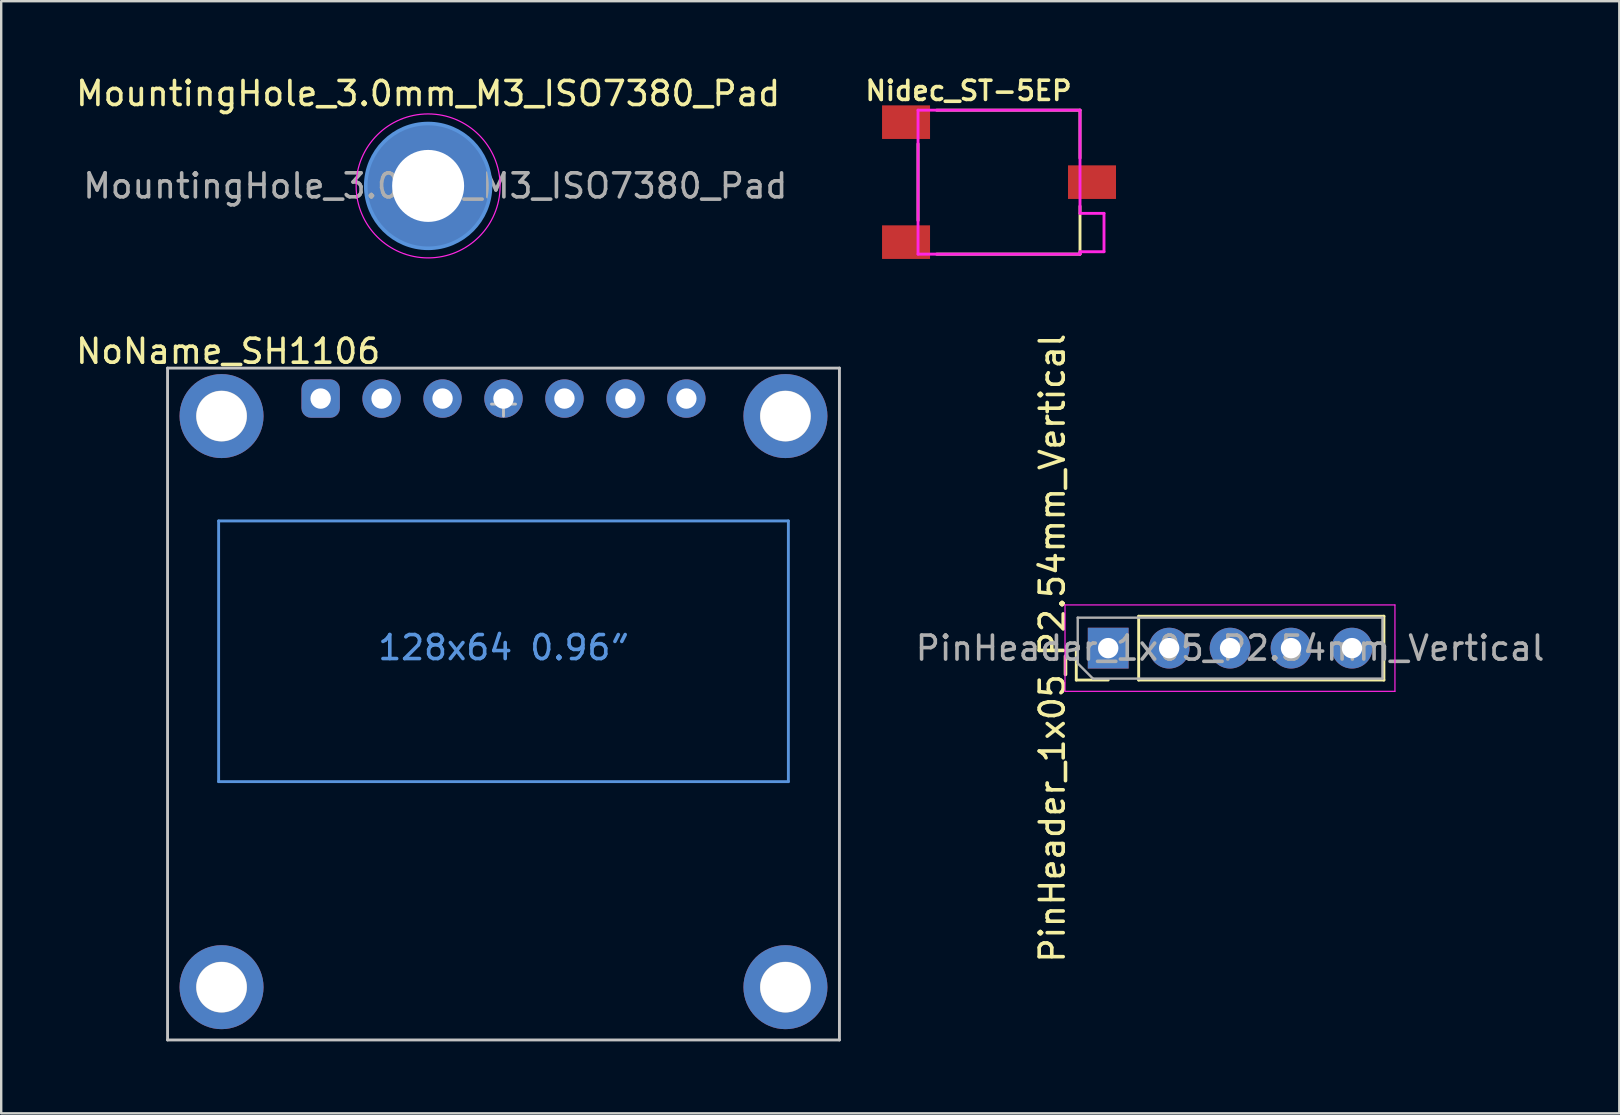
<source format=kicad_pcb>
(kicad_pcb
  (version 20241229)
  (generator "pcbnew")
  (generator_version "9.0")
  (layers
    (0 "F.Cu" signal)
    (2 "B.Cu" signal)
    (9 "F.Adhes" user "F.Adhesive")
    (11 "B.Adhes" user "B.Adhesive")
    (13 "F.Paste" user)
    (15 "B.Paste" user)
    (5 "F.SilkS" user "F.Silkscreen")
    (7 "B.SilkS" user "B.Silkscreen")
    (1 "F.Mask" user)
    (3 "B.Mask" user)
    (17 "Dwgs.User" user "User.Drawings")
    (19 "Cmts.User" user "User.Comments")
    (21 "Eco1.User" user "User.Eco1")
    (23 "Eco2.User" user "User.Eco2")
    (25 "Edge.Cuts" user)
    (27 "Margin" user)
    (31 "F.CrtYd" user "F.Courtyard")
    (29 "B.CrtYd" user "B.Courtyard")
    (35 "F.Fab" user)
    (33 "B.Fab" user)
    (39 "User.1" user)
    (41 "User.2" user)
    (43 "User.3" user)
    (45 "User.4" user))
  (footprint "PinHeader_1x05_P2.54mm_Vertical"
    (layer "F.Cu")
    (at 48.214 23.961)
    (property "Reference" "PinHeader_1x05_P2.54mm_Vertical" (at -7.41 0 90) (layer "F.SilkS") (effects (font (size 1 1) (thickness 0.15))))
    (attr through_hole)
    (fp_line (start -6.41 1.33) (end -6.41 0) (stroke (width 0.12) (type solid)) (layer "F.SilkS"))
    (fp_line (start -5.08 1.33) (end -6.41 1.33) (stroke (width 0.12) (type solid)) (layer "F.SilkS"))
    (fp_line (start -3.81 -1.33) (end 6.41 -1.33) (stroke (width 0.12) (type solid)) (layer "F.SilkS"))
    (fp_line (start -3.81 1.33) (end -3.81 -1.33) (stroke (width 0.12) (type solid)) (layer "F.SilkS"))
    (fp_line (start -3.81 1.33) (end 6.41 1.33) (stroke (width 0.12) (type solid)) (layer "F.SilkS"))
    (fp_line (start 6.41 1.33) (end 6.41 -1.33) (stroke (width 0.12) (type solid)) (layer "F.SilkS"))
    (fp_line (start -6.88 -1.8) (end -6.88 1.8) (stroke (width 0.05) (type solid)) (layer "F.CrtYd"))
    (fp_line (start -6.88 1.8) (end 6.87 1.8) (stroke (width 0.05) (type solid)) (layer "F.CrtYd"))
    (fp_line (start 6.87 -1.8) (end -6.88 -1.8) (stroke (width 0.05) (type solid)) (layer "F.CrtYd"))
    (fp_line (start 6.87 1.8) (end 6.87 -1.8) (stroke (width 0.05) (type solid)) (layer "F.CrtYd"))
    (fp_line (start -6.35 -1.27) (end 6.35 -1.27) (stroke (width 0.1) (type solid)) (layer "F.Fab"))
    (fp_line (start -6.35 0.635) (end -6.35 -1.27) (stroke (width 0.1) (type solid)) (layer "F.Fab"))
    (fp_line (start -5.715 1.27) (end -6.35 0.635) (stroke (width 0.1) (type solid)) (layer "F.Fab"))
    (fp_line (start 6.35 -1.27) (end 6.35 1.27) (stroke (width 0.1) (type solid)) (layer "F.Fab"))
    (fp_line (start 6.35 1.27) (end -5.715 1.27) (stroke (width 0.1) (type solid)) (layer "F.Fab"))
    (fp_text user "${REFERENCE}" (at 0 0 180) (layer "F.Fab") (effects (font (size 1 1) (thickness 0.15))))
    (pad "1" thru_hole rect (at -5.08 0 90) (size 1.7 1.7) (drill 0.85) (layers "*.Cu" "*.Mask"))
    (pad "2" thru_hole oval (at -2.54 0 90) (size 1.7 1.7) (drill 0.85) (layers "*.Cu" "*.Mask"))
    (pad "3" thru_hole oval (at 0 0 90) (size 1.7 1.7) (drill 0.85) (layers "*.Cu" "*.Mask"))
    (pad "4" thru_hole oval (at 2.54 0 90) (size 1.7 1.7) (drill 0.85) (layers "*.Cu" "*.Mask"))
    (pad "5" thru_hole oval (at 5.08 0 90) (size 1.7 1.7) (drill 0.85) (layers "*.Cu" "*.Mask")))
  (footprint "NoName_SH1106"
    (layer "F.Cu")
    (at 17.933 12.29)
    (property "Reference" "NoName_SH1106" (at -11.475 -0.7 0) (layer "F.SilkS") (effects (font (size 1 1) (thickness 0.15))))
    (attr through_hole)
    (fp_line (start -14 0) (end 14 0) (stroke (width 0.12) (type solid)) (layer "Dwgs.User"))
    (fp_line (start -14 28) (end -14 0) (stroke (width 0.12) (type solid)) (layer "Dwgs.User"))
    (fp_line (start -14 28) (end 14 28) (stroke (width 0.12) (type solid)) (layer "Dwgs.User"))
    (fp_line (start 0 1.5) (end -0.5 1.5) (stroke (width 0.12) (type solid)) (layer "Dwgs.User"))
    (fp_line (start 0 1.5) (end 0 1.1) (stroke (width 0.12) (type solid)) (layer "Dwgs.User"))
    (fp_line (start 0 1.5) (end 0.5 1.5) (stroke (width 0.12) (type solid)) (layer "Dwgs.User"))
    (fp_line (start 0 2) (end 0 1.5) (stroke (width 0.12) (type solid)) (layer "Dwgs.User"))
    (fp_line (start 14 0) (end 14 28) (stroke (width 0.12) (type solid)) (layer "Dwgs.User"))
    (fp_circle (center -11.75 2) (end -11.7 2) (stroke (width 0.12) (type solid)) (fill no) (layer "Dwgs.User"))
    (fp_circle (center -11.75 2) (end -10.75 2) (stroke (width 0.12) (type solid)) (fill no) (layer "Dwgs.User"))
    (fp_circle (center -11.75 25.8) (end -11.7 25.8) (stroke (width 0.12) (type solid)) (fill no) (layer "Dwgs.User"))
    (fp_circle (center -11.75 25.8) (end -10.75 25.8) (stroke (width 0.12) (type solid)) (fill no) (layer "Dwgs.User"))
    (fp_circle (center 11.75 2) (end 11.8 2) (stroke (width 0.12) (type solid)) (fill no) (layer "Dwgs.User"))
    (fp_circle (center 11.75 2) (end 12.75 2) (stroke (width 0.12) (type solid)) (fill no) (layer "Dwgs.User"))
    (fp_circle (center 11.75 25.8) (end 11.8 25.8) (stroke (width 0.12) (type solid)) (fill no) (layer "Dwgs.User"))
    (fp_circle (center 11.75 25.8) (end 12.75 25.8) (stroke (width 0.12) (type solid)) (fill no) (layer "Dwgs.User"))
    (fp_line (start -11.872 6.37) (end -11.872 17.234) (stroke (width 0.12) (type solid)) (layer "Cmts.User"))
    (fp_line (start -11.872 6.37) (end 11.872 6.37) (stroke (width 0.12) (type solid)) (layer "Cmts.User"))
    (fp_line (start -11.872 17.234) (end 11.872 17.234) (stroke (width 0.12) (type solid)) (layer "Cmts.User"))
    (fp_line (start 11.872 6.37) (end 11.872 17.234) (stroke (width 0.12) (type solid)) (layer "Cmts.User"))
    (fp_text user "128x64 0.96″" (at 0 11.65 0) (layer "Cmts.User") (effects (font (size 1 1) (thickness 0.15))))
    (pad "1" thru_hole roundrect (at -7.62 1.27) (size 1.6 1.6) (drill 0.85) (layers "*.Cu" "*.Mask") (roundrect_rratio 0.25))
    (pad "2" thru_hole circle (at -5.08 1.27) (size 1.6 1.6) (drill 0.85) (layers "*.Cu" "*.Mask"))
    (pad "3" thru_hole circle (at -2.54 1.27) (size 1.6 1.6) (drill 0.85) (layers "*.Cu" "*.Mask"))
    (pad "4" thru_hole circle (at 0 1.27) (size 1.6 1.6) (drill 0.85) (layers "*.Cu" "*.Mask"))
    (pad "5" thru_hole circle (at 2.54 1.27) (size 1.6 1.6) (drill 0.85) (layers "*.Cu" "*.Mask"))
    (pad "6" thru_hole circle (at 5.08 1.27) (size 1.6 1.6) (drill 0.85) (layers "*.Cu" "*.Mask"))
    (pad "7" thru_hole circle (at 7.62 1.27) (size 1.6 1.6) (drill 0.85) (layers "*.Cu" "*.Mask"))
    (pad "MP" thru_hole circle (at -11.75 2) (size 3.5 3.5) (drill 2.1) (layers "*.Cu" "*.Mask"))
    (pad "MP" thru_hole circle (at -11.75 25.8) (size 3.5 3.5) (drill 2.1) (layers "*.Cu" "*.Mask"))
    (pad "MP" thru_hole circle (at 11.75 2) (size 3.5 3.5) (drill 2.1) (layers "*.Cu" "*.Mask"))
    (pad "MP" thru_hole circle (at 11.75 25.8) (size 3.5 3.5) (drill 2.1) (layers "*.Cu" "*.Mask")))
  (footprint "Nidec_ST-5EP"
    (layer "F.Cu")
    (at 38.584 4.541)
    (property "Reference" "Nidec_ST-5EP" (at -1.27 -3.81 0) (layer "F.SilkS") (effects (font (size 0.8 0.8) (thickness 0.15))))
    (attr through_hole)
    (fp_line (start -3.375 -1.6) (end -3.375 1.6) (stroke (width 0.12) (type solid)) (layer "F.SilkS"))
    (fp_line (start 3.375 -3) (end -2.6 -3) (stroke (width 0.12) (type solid)) (layer "F.SilkS"))
    (fp_line (start 3.375 -3) (end 3.375 -1) (stroke (width 0.12) (type solid)) (layer "F.SilkS"))
    (fp_line (start 3.375 3) (end -2.6 3) (stroke (width 0.12) (type solid)) (layer "F.SilkS"))
    (fp_line (start 3.375 3) (end 3.375 1) (stroke (width 0.12) (type solid)) (layer "F.SilkS"))
    (fp_line (start -3.375 -3) (end -3.375 3) (stroke (width 0.12) (type solid)) (layer "F.CrtYd"))
    (fp_line (start -3.375 -3) (end 3.375 -3) (stroke (width 0.12) (type solid)) (layer "F.CrtYd"))
    (fp_line (start -3.375 3) (end 3.375 3) (stroke (width 0.12) (type solid)) (layer "F.CrtYd"))
    (fp_line (start 3.375 1.3) (end 3.375 -3) (stroke (width 0.12) (type solid)) (layer "F.CrtYd"))
    (fp_line (start 3.375 1.3) (end 4.375 1.3) (stroke (width 0.12) (type solid)) (layer "F.CrtYd"))
    (fp_line (start 3.375 2.9) (end 4.375 2.9) (stroke (width 0.12) (type solid)) (layer "F.CrtYd"))
    (fp_line (start 3.375 3) (end 3.375 2.9) (stroke (width 0.12) (type solid)) (layer "F.CrtYd"))
    (fp_line (start 4.375 2.9) (end 4.375 1.3) (stroke (width 0.12) (type solid)) (layer "F.CrtYd"))
    (pad "1" smd rect (at -3.875 2.5) (size 2 1.4) (layers "F.Cu" "F.Mask" "F.Paste"))
    (pad "2" smd rect (at 3.875 0) (size 2 1.4) (layers "F.Cu" "F.Mask" "F.Paste"))
    (pad "3" smd rect (at -3.875 -2.5) (size 2 1.4) (layers "F.Cu" "F.Mask" "F.Paste")))
  (footprint "MountingHole_3.0mm_M3_ISO7380_Pad"
    (layer "F.Cu")
    (at 14.792 4.698)
    (property "Reference" "MountingHole_3.0mm_M3_ISO7380_Pad" (at 0 -3.85 0) (layer "F.SilkS") (effects (font (size 1 1) (thickness 0.15))))
    (attr exclude_from_pos_files exclude_from_bom)
    (fp_circle (center 0 0) (end 2.6 0) (stroke (width 0.15) (type solid)) (fill no) (layer "Cmts.User"))
    (fp_circle (center 0 0) (end 3 0) (stroke (width 0.05) (type solid)) (fill no) (layer "F.CrtYd"))
    (fp_text user "${REFERENCE}" (at 0.3 0 0) (layer "F.Fab") (effects (font (size 1 1) (thickness 0.15))))
    (pad "1" thru_hole circle (at 0 0) (size 5.2 5.2) (drill 3) (layers "*.Cu" "*.Mask")))
  (gr_rect
    (start -3 -3)
    (end 64.434 43.349)
    (stroke (width 0.1) (type default))
    (fill no)
    (layer "Edge.Cuts")))
</source>
